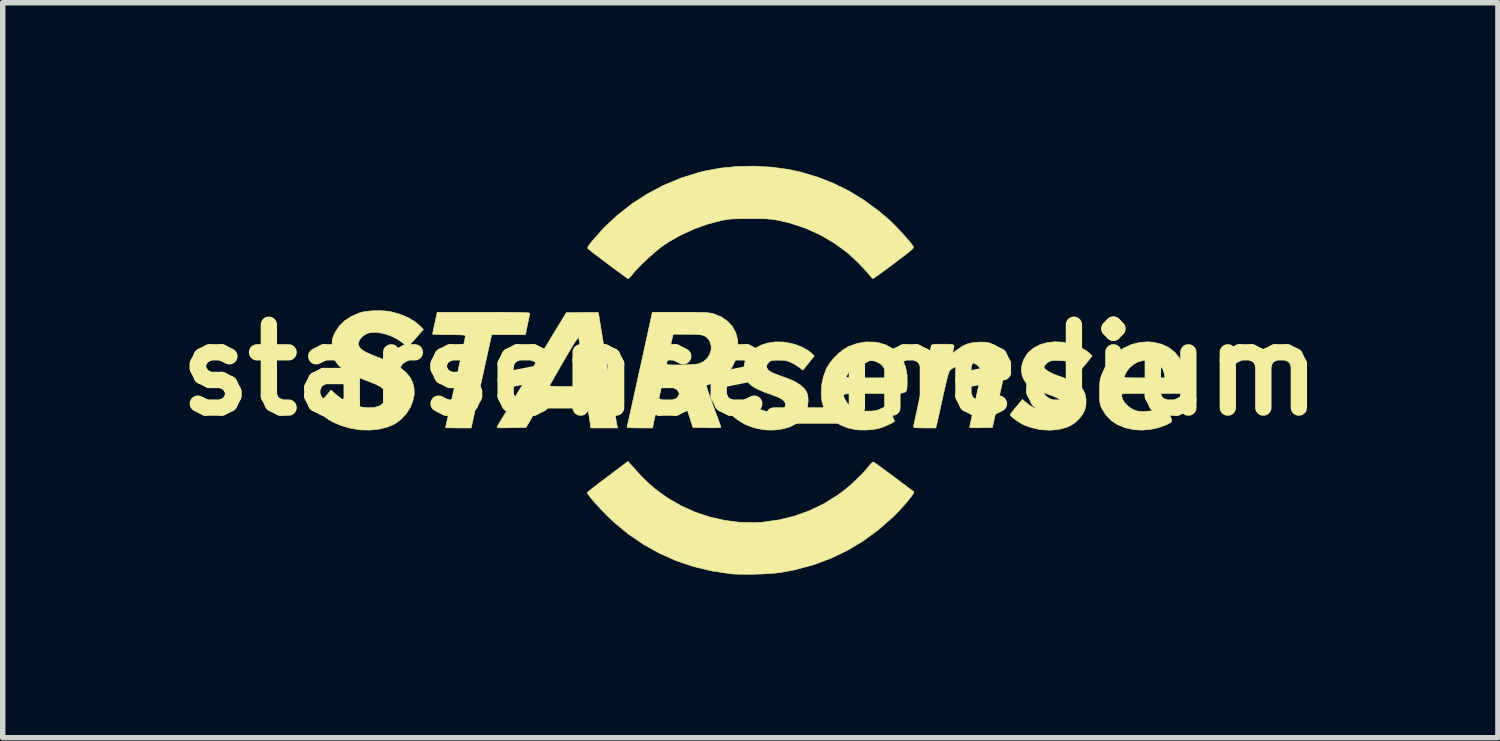
<source format=kicad_pcb>
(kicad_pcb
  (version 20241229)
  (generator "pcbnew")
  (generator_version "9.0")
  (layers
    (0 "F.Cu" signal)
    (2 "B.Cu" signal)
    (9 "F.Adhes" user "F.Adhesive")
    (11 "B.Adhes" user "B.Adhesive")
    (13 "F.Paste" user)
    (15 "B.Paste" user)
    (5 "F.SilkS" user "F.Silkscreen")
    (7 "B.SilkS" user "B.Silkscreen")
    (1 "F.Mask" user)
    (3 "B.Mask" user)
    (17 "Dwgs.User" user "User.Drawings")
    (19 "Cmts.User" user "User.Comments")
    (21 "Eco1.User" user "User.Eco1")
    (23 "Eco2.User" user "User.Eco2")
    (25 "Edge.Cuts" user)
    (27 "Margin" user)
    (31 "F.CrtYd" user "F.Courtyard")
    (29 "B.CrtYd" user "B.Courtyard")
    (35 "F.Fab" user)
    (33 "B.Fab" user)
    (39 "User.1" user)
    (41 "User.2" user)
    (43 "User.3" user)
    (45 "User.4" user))
  (footprint "starsense_medium"
    (layer "F.Cu")
    (at 10.748 3.756)
    (property "Reference" "starsense_medium" (at 0 0 0) (layer "F.SilkS") (effects (font (size 1.524 1.524) (thickness 0.3))))
    (attr through_hole)
    (fp_poly (pts (xy -4.708 -1.063) (xy -4.544 -1.063) (xy -4.408 -1.062) (xy -4.297 -1.061) (xy -4.21 -1.059) (xy -4.144 -1.057) (xy -4.097 -1.054) (xy -4.068 -1.051) (xy -4.054 -1.047) (xy -4.052 -1.044) (xy -4.058 -1.021) (xy -4.068 -0.974) (xy -4.082 -0.91) (xy -4.097 -0.837) (xy -4.135 -0.651) (xy -4.756 -0.651) (xy -4.822 -0.353) (xy -4.841 -0.264) (xy -4.866 -0.15) (xy -4.895 -0.018) (xy -4.927 0.126) (xy -4.96 0.276) (xy -4.992 0.424) (xy -5.01 0.504) (xy -5.133 1.064) (xy -5.368 1.064) (xy -5.451 1.063) (xy -5.52 1.062) (xy -5.572 1.061) (xy -5.6 1.059) (xy -5.604 1.058) (xy -5.601 1.042) (xy -5.591 0.997) (xy -5.576 0.928) (xy -5.556 0.836) (xy -5.531 0.724) (xy -5.503 0.596) (xy -5.472 0.454) (xy -5.439 0.301) (xy -5.421 0.223) (xy -5.387 0.065) (xy -5.354 -0.084) (xy -5.324 -0.221) (xy -5.298 -0.343) (xy -5.276 -0.447) (xy -5.258 -0.53) (xy -5.246 -0.59) (xy -5.24 -0.623) (xy -5.239 -0.629) (xy -5.244 -0.637) (xy -5.261 -0.642) (xy -5.295 -0.646) (xy -5.348 -0.649) (xy -5.426 -0.65) (xy -5.531 -0.651) (xy -5.54 -0.651) (xy -5.634 -0.651) (xy -5.716 -0.653) (xy -5.782 -0.656) (xy -5.825 -0.659) (xy -5.842 -0.663) (xy -5.842 -0.663) (xy -5.839 -0.682) (xy -5.831 -0.726) (xy -5.818 -0.788) (xy -5.802 -0.862) (xy -5.8 -0.869) (xy -5.758 -1.064) (xy -4.901 -1.064) (xy -4.708 -1.063)) (stroke (width 0.01) (type solid)) (fill yes) (layer "F.SilkS"))
    (fp_poly (pts (xy -2.202 1.732) (xy -2.078 1.871) (xy -1.967 1.988) (xy -1.862 2.089) (xy -1.758 2.179) (xy -1.649 2.262) (xy -1.531 2.344) (xy -1.516 2.354) (xy -1.276 2.494) (xy -1.019 2.61) (xy -0.751 2.7) (xy -0.476 2.763) (xy -0.198 2.799) (xy 0.079 2.805) (xy 0.213 2.798) (xy 0.516 2.756) (xy 0.808 2.686) (xy 1.087 2.586) (xy 1.353 2.458) (xy 1.605 2.301) (xy 1.751 2.192) (xy 1.838 2.119) (xy 1.931 2.033) (xy 2.023 1.943) (xy 2.106 1.855) (xy 2.173 1.777) (xy 2.186 1.761) (xy 2.22 1.721) (xy 2.249 1.695) (xy 2.265 1.69) (xy 2.281 1.7) (xy 2.319 1.727) (xy 2.374 1.767) (xy 2.442 1.817) (xy 2.52 1.874) (xy 2.604 1.936) (xy 2.689 1.999) (xy 2.771 2.061) (xy 2.847 2.118) (xy 2.913 2.167) (xy 2.965 2.206) (xy 2.998 2.232) (xy 3.007 2.24) (xy 3.004 2.258) (xy 2.982 2.294) (xy 2.944 2.346) (xy 2.894 2.408) (xy 2.834 2.478) (xy 2.768 2.552) (xy 2.699 2.625) (xy 2.63 2.695) (xy 2.622 2.702) (xy 2.358 2.934) (xy 2.079 3.139) (xy 1.786 3.315) (xy 1.478 3.463) (xy 1.157 3.582) (xy 0.822 3.672) (xy 0.556 3.722) (xy 0.464 3.733) (xy 0.349 3.742) (xy 0.218 3.749) (xy 0.081 3.754) (xy -0.055 3.755) (xy -0.182 3.755) (xy -0.291 3.751) (xy -0.357 3.746) (xy -0.704 3.694) (xy -1.04 3.614) (xy -1.364 3.505) (xy -1.674 3.367) (xy -1.97 3.202) (xy -2.249 3.01) (xy -2.512 2.792) (xy -2.594 2.715) (xy -2.659 2.65) (xy -2.727 2.58) (xy -2.795 2.507) (xy -2.859 2.436) (xy -2.915 2.372) (xy -2.959 2.317) (xy -2.989 2.277) (xy -3 2.256) (xy -3 2.256) (xy -2.988 2.243) (xy -2.954 2.214) (xy -2.9 2.171) (xy -2.83 2.117) (xy -2.747 2.053) (xy -2.655 1.983) (xy -2.624 1.96) (xy -2.249 1.678) (xy -2.202 1.732)) (stroke (width 0.01) (type solid)) (fill yes) (layer "F.SilkS"))
    (fp_poly (pts (xy -2.851 -1.061) (xy -2.809 -1.06) (xy -2.794 -1.058) (xy -2.794 -1.058) (xy -2.791 -1.041) (xy -2.784 -0.996) (xy -2.773 -0.926) (xy -2.758 -0.834) (xy -2.74 -0.724) (xy -2.719 -0.598) (xy -2.697 -0.459) (xy -2.672 -0.312) (xy -2.647 -0.158) (xy -2.621 -0.002) (xy -2.596 0.154) (xy -2.57 0.306) (xy -2.546 0.452) (xy -2.524 0.588) (xy -2.503 0.711) (xy -2.485 0.818) (xy -2.471 0.905) (xy -2.46 0.97) (xy -2.453 1.01) (xy -2.451 1.02) (xy -2.442 1.064) (xy -2.933 1.064) (xy -2.96 0.881) (xy -2.988 0.699) (xy -3.917 0.699) (xy -4.02 0.877) (xy -4.124 1.056) (xy -4.396 1.06) (xy -4.495 1.061) (xy -4.566 1.062) (xy -4.614 1.061) (xy -4.642 1.057) (xy -4.655 1.052) (xy -4.657 1.044) (xy -4.653 1.036) (xy -4.643 1.018) (xy -4.617 0.976) (xy -4.578 0.91) (xy -4.525 0.824) (xy -4.462 0.719) (xy -4.389 0.598) (xy -4.307 0.463) (xy -4.217 0.315) (xy -4.202 0.29) (xy -3.694 0.29) (xy -3.681 0.293) (xy -3.641 0.296) (xy -3.578 0.299) (xy -3.496 0.301) (xy -3.401 0.302) (xy -3.366 0.302) (xy -3.255 0.301) (xy -3.171 0.301) (xy -3.112 0.299) (xy -3.072 0.296) (xy -3.048 0.292) (xy -3.036 0.285) (xy -3.032 0.277) (xy -3.032 0.274) (xy -3.034 0.246) (xy -3.04 0.194) (xy -3.05 0.121) (xy -3.062 0.032) (xy -3.075 -0.066) (xy -3.09 -0.168) (xy -3.105 -0.271) (xy -3.119 -0.367) (xy -3.133 -0.453) (xy -3.144 -0.523) (xy -3.152 -0.572) (xy -3.157 -0.594) (xy -3.164 -0.595) (xy -3.178 -0.58) (xy -3.201 -0.549) (xy -3.234 -0.5) (xy -3.276 -0.431) (xy -3.33 -0.342) (xy -3.396 -0.231) (xy -3.474 -0.096) (xy -3.565 0.064) (xy -3.671 0.25) (xy -3.694 0.29) (xy -4.202 0.29) (xy -4.122 0.158) (xy -4.022 -0.006) (xy -4.011 -0.024) (xy -3.384 -1.056) (xy -3.089 -1.06) (xy -2.996 -1.061) (xy -2.915 -1.061) (xy -2.851 -1.061)) (stroke (width 0.01) (type solid)) (fill yes) (layer "F.SilkS"))
    (fp_poly (pts (xy 7.419 -0.511) (xy 7.566 -0.476) (xy 7.695 -0.415) (xy 7.803 -0.331) (xy 7.89 -0.226) (xy 7.953 -0.099) (xy 7.987 0.025) (xy 7.994 0.093) (xy 7.996 0.176) (xy 7.993 0.264) (xy 7.985 0.343) (xy 7.976 0.393) (xy 7.966 0.429) (xy 7.396 0.429) (xy 7.247 0.429) (xy 7.126 0.429) (xy 7.031 0.43) (xy 6.958 0.431) (xy 6.905 0.433) (xy 6.869 0.435) (xy 6.846 0.439) (xy 6.833 0.444) (xy 6.828 0.451) (xy 6.826 0.459) (xy 6.826 0.461) (xy 6.841 0.527) (xy 6.88 0.594) (xy 6.939 0.658) (xy 7.012 0.711) (xy 7.07 0.738) (xy 7.118 0.753) (xy 7.17 0.76) (xy 7.238 0.761) (xy 7.285 0.758) (xy 7.38 0.748) (xy 7.465 0.727) (xy 7.551 0.692) (xy 7.621 0.655) (xy 7.632 0.666) (xy 7.651 0.701) (xy 7.678 0.752) (xy 7.698 0.795) (xy 7.73 0.863) (xy 7.747 0.909) (xy 7.749 0.939) (xy 7.733 0.961) (xy 7.698 0.982) (xy 7.644 1.008) (xy 7.508 1.059) (xy 7.356 1.091) (xy 7.199 1.104) (xy 7.051 1.095) (xy 6.89 1.06) (xy 6.749 1.002) (xy 6.63 0.921) (xy 6.534 0.819) (xy 6.464 0.702) (xy 6.446 0.662) (xy 6.434 0.626) (xy 6.427 0.586) (xy 6.423 0.534) (xy 6.422 0.463) (xy 6.421 0.405) (xy 6.422 0.312) (xy 6.426 0.243) (xy 6.432 0.188) (xy 6.443 0.139) (xy 6.445 0.134) (xy 6.874 0.134) (xy 6.889 0.137) (xy 6.932 0.139) (xy 6.997 0.141) (xy 7.081 0.142) (xy 7.18 0.143) (xy 7.249 0.143) (xy 7.624 0.143) (xy 7.616 0.078) (xy 7.59 -0.008) (xy 7.541 -0.078) (xy 7.475 -0.13) (xy 7.395 -0.164) (xy 7.307 -0.179) (xy 7.214 -0.174) (xy 7.123 -0.148) (xy 7.038 -0.1) (xy 6.97 -0.038) (xy 6.935 0.007) (xy 6.904 0.058) (xy 6.882 0.104) (xy 6.874 0.134) (xy 6.445 0.134) (xy 6.459 0.09) (xy 6.527 -0.062) (xy 6.618 -0.196) (xy 6.729 -0.309) (xy 6.857 -0.4) (xy 6.998 -0.467) (xy 7.15 -0.508) (xy 7.309 -0.52) (xy 7.419 -0.511)) (stroke (width 0.01) (type solid)) (fill yes) (layer "F.SilkS"))
    (fp_poly (pts (xy 0.596 -0.517) (xy 0.746 -0.493) (xy 0.841 -0.466) (xy 0.953 -0.422) (xy 1.051 -0.368) (xy 1.127 -0.31) (xy 1.141 -0.296) (xy 1.176 -0.259) (xy 1.071 -0.129) (xy 0.966 0.001) (xy 0.905 -0.047) (xy 0.856 -0.081) (xy 0.794 -0.118) (xy 0.751 -0.139) (xy 0.698 -0.162) (xy 0.649 -0.175) (xy 0.592 -0.181) (xy 0.521 -0.182) (xy 0.452 -0.182) (xy 0.407 -0.178) (xy 0.377 -0.169) (xy 0.354 -0.154) (xy 0.344 -0.145) (xy 0.305 -0.099) (xy 0.296 -0.058) (xy 0.317 -0.017) (xy 0.334 0.000195) (xy 0.352 0.016) (xy 0.374 0.031) (xy 0.403 0.047) (xy 0.443 0.064) (xy 0.5 0.087) (xy 0.577 0.115) (xy 0.679 0.152) (xy 0.699 0.159) (xy 0.818 0.21) (xy 0.918 0.272) (xy 0.993 0.341) (xy 1.027 0.389) (xy 1.048 0.434) (xy 1.059 0.483) (xy 1.063 0.549) (xy 1.063 0.572) (xy 1.049 0.698) (xy 1.007 0.809) (xy 0.94 0.904) (xy 0.848 0.982) (xy 0.732 1.042) (xy 0.595 1.082) (xy 0.46 1.1) (xy 0.384 1.103) (xy 0.304 1.101) (xy 0.244 1.095) (xy 0.121 1.073) (xy 0.012 1.042) (xy -0.077 1.006) (xy -0.126 0.981) (xy -0.182 0.948) (xy -0.237 0.911) (xy -0.285 0.875) (xy -0.319 0.845) (xy -0.333 0.826) (xy -0.333 0.825) (xy -0.324 0.809) (xy -0.298 0.774) (xy -0.26 0.725) (xy -0.22 0.677) (xy -0.107 0.54) (xy -0.042 0.597) (xy 0.058 0.667) (xy 0.174 0.723) (xy 0.296 0.761) (xy 0.412 0.777) (xy 0.425 0.777) (xy 0.502 0.769) (xy 0.567 0.744) (xy 0.616 0.708) (xy 0.643 0.663) (xy 0.644 0.614) (xy 0.642 0.608) (xy 0.625 0.575) (xy 0.596 0.546) (xy 0.551 0.518) (xy 0.486 0.488) (xy 0.395 0.454) (xy 0.369 0.444) (xy 0.25 0.401) (xy 0.156 0.361) (xy 0.083 0.324) (xy 0.025 0.287) (xy -0.022 0.246) (xy -0.03 0.238) (xy -0.088 0.156) (xy -0.119 0.061) (xy -0.122 -0.043) (xy -0.098 -0.153) (xy -0.071 -0.216) (xy -0.006 -0.314) (xy 0.082 -0.394) (xy 0.19 -0.456) (xy 0.314 -0.497) (xy 0.451 -0.518) (xy 0.596 -0.517)) (stroke (width 0.01) (type solid)) (fill yes) (layer "F.SilkS"))
    (fp_poly (pts (xy -1.138 -1.063) (xy -1.021 -1.063) (xy -0.928 -1.062) (xy -0.855 -1.06) (xy -0.799 -1.057) (xy -0.755 -1.052) (xy -0.719 -1.047) (xy -0.689 -1.04) (xy -0.669 -1.034) (xy -0.532 -0.977) (xy -0.419 -0.899) (xy -0.331 -0.803) (xy -0.269 -0.69) (xy -0.233 -0.562) (xy -0.226 -0.421) (xy -0.237 -0.324) (xy -0.277 -0.173) (xy -0.341 -0.043) (xy -0.429 0.068) (xy -0.543 0.161) (xy -0.682 0.234) (xy -0.804 0.278) (xy -0.805 0.294) (xy -0.794 0.339) (xy -0.771 0.409) (xy -0.738 0.504) (xy -0.695 0.623) (xy -0.681 0.661) (xy -0.643 0.765) (xy -0.608 0.858) (xy -0.579 0.938) (xy -0.557 0.999) (xy -0.544 1.039) (xy -0.54 1.052) (xy -0.555 1.056) (xy -0.596 1.059) (xy -0.659 1.06) (xy -0.737 1.061) (xy -0.797 1.06) (xy -1.055 1.056) (xy -1.175 0.683) (xy -1.296 0.31) (xy -1.464 0.305) (xy -1.632 0.301) (xy -1.656 0.408) (xy -1.668 0.461) (xy -1.685 0.536) (xy -1.704 0.627) (xy -1.726 0.725) (xy -1.74 0.79) (xy -1.799 1.064) (xy -2.036 1.064) (xy -2.132 1.063) (xy -2.199 1.061) (xy -2.241 1.057) (xy -2.263 1.052) (xy -2.266 1.044) (xy -2.262 1.025) (xy -2.251 0.978) (xy -2.235 0.906) (xy -2.213 0.81) (xy -2.188 0.693) (xy -2.158 0.558) (xy -2.125 0.408) (xy -2.089 0.245) (xy -2.051 0.072) (xy -2.031 -0.02) (xy -2.011 -0.107) (xy -1.539 -0.107) (xy -1.525 -0.101) (xy -1.484 -0.097) (xy -1.424 -0.095) (xy -1.35 -0.094) (xy -1.267 -0.095) (xy -1.183 -0.097) (xy -1.102 -0.101) (xy -1.03 -0.106) (xy -0.973 -0.113) (xy -0.941 -0.119) (xy -0.86 -0.157) (xy -0.794 -0.215) (xy -0.748 -0.287) (xy -0.722 -0.366) (xy -0.72 -0.448) (xy -0.744 -0.526) (xy -0.762 -0.555) (xy -0.79 -0.591) (xy -0.82 -0.617) (xy -0.857 -0.636) (xy -0.906 -0.648) (xy -0.972 -0.655) (xy -1.061 -0.658) (xy -1.158 -0.659) (xy -1.42 -0.659) (xy -1.479 -0.389) (xy -1.499 -0.3) (xy -1.515 -0.223) (xy -1.529 -0.161) (xy -1.537 -0.121) (xy -1.539 -0.107) (xy -2.011 -0.107) (xy -1.802 -1.063) (xy -1.283 -1.063) (xy -1.138 -1.063)) (stroke (width 0.01) (type solid)) (fill yes) (layer "F.SilkS"))
    (fp_poly (pts (xy 5.746 -0.514) (xy 5.896 -0.483) (xy 6.046 -0.428) (xy 6.098 -0.402) (xy 6.156 -0.369) (xy 6.209 -0.334) (xy 6.244 -0.304) (xy 6.244 -0.304) (xy 6.285 -0.261) (xy 6.198 -0.15) (xy 6.146 -0.085) (xy 6.11 -0.042) (xy 6.085 -0.017) (xy 6.067 -0.008) (xy 6.051 -0.013) (xy 6.033 -0.029) (xy 6.022 -0.039) (xy 5.984 -0.069) (xy 5.929 -0.103) (xy 5.874 -0.133) (xy 5.818 -0.158) (xy 5.772 -0.173) (xy 5.721 -0.18) (xy 5.655 -0.182) (xy 5.63 -0.183) (xy 5.563 -0.182) (xy 5.519 -0.179) (xy 5.49 -0.171) (xy 5.469 -0.157) (xy 5.446 -0.133) (xy 5.444 -0.131) (xy 5.415 -0.095) (xy 5.399 -0.068) (xy 5.397 -0.062) (xy 5.412 -0.031) (xy 5.451 0.005) (xy 5.511 0.042) (xy 5.584 0.077) (xy 5.612 0.087) (xy 5.683 0.113) (xy 5.755 0.138) (xy 5.812 0.159) (xy 5.819 0.161) (xy 5.921 0.206) (xy 6.013 0.262) (xy 6.086 0.323) (xy 6.119 0.362) (xy 6.156 0.44) (xy 6.174 0.536) (xy 6.172 0.639) (xy 6.151 0.733) (xy 6.111 0.813) (xy 6.049 0.893) (xy 5.971 0.966) (xy 5.887 1.022) (xy 5.837 1.045) (xy 5.678 1.09) (xy 5.514 1.106) (xy 5.35 1.096) (xy 5.249 1.077) (xy 5.143 1.049) (xy 5.048 1.015) (xy 5.009 0.997) (xy 4.96 0.969) (xy 4.907 0.934) (xy 4.855 0.897) (xy 4.812 0.862) (xy 4.785 0.835) (xy 4.778 0.824) (xy 4.788 0.806) (xy 4.814 0.769) (xy 4.853 0.72) (xy 4.892 0.673) (xy 5.005 0.538) (xy 5.047 0.577) (xy 5.134 0.646) (xy 5.235 0.702) (xy 5.342 0.744) (xy 5.449 0.769) (xy 5.549 0.777) (xy 5.635 0.764) (xy 5.656 0.757) (xy 5.71 0.726) (xy 5.742 0.685) (xy 5.755 0.647) (xy 5.754 0.606) (xy 5.729 0.568) (xy 5.678 0.53) (xy 5.598 0.491) (xy 5.497 0.452) (xy 5.349 0.396) (xy 5.232 0.344) (xy 5.143 0.295) (xy 5.099 0.263) (xy 5.037 0.19) (xy 4.999 0.103) (xy 4.984 0.006) (xy 4.994 -0.095) (xy 5.028 -0.196) (xy 5.085 -0.29) (xy 5.111 -0.322) (xy 5.209 -0.406) (xy 5.325 -0.467) (xy 5.456 -0.506) (xy 5.597 -0.521) (xy 5.746 -0.514)) (stroke (width 0.01) (type solid)) (fill yes) (layer "F.SilkS"))
    (fp_poly (pts (xy 0.399 -3.732) (xy 0.707 -3.689) (xy 0.921 -3.643) (xy 1.234 -3.55) (xy 1.531 -3.434) (xy 1.816 -3.293) (xy 2.09 -3.125) (xy 2.358 -2.928) (xy 2.562 -2.755) (xy 2.61 -2.709) (xy 2.669 -2.65) (xy 2.735 -2.581) (xy 2.802 -2.508) (xy 2.866 -2.436) (xy 2.923 -2.371) (xy 2.967 -2.316) (xy 2.996 -2.277) (xy 3.001 -2.268) (xy 3.002 -2.257) (xy 2.991 -2.241) (xy 2.969 -2.217) (xy 2.931 -2.184) (xy 2.875 -2.139) (xy 2.8 -2.081) (xy 2.702 -2.007) (xy 2.643 -1.962) (xy 2.548 -1.891) (xy 2.461 -1.827) (xy 2.385 -1.772) (xy 2.324 -1.728) (xy 2.281 -1.698) (xy 2.258 -1.683) (xy 2.256 -1.683) (xy 2.239 -1.694) (xy 2.212 -1.724) (xy 2.197 -1.742) (xy 2.148 -1.802) (xy 2.081 -1.875) (xy 2.004 -1.955) (xy 1.924 -2.034) (xy 1.848 -2.105) (xy 1.786 -2.159) (xy 1.545 -2.336) (xy 1.286 -2.487) (xy 1.014 -2.61) (xy 0.73 -2.704) (xy 0.539 -2.749) (xy 0.474 -2.762) (xy 0.415 -2.771) (xy 0.355 -2.777) (xy 0.288 -2.782) (xy 0.207 -2.784) (xy 0.107 -2.785) (xy -0.008 -2.785) (xy -0.132 -2.785) (xy -0.23 -2.783) (xy -0.309 -2.781) (xy -0.374 -2.776) (xy -0.431 -2.769) (xy -0.487 -2.76) (xy -0.54 -2.749) (xy -0.79 -2.683) (xy -1.037 -2.594) (xy -1.275 -2.486) (xy -1.494 -2.362) (xy -1.603 -2.29) (xy -1.679 -2.232) (xy -1.766 -2.159) (xy -1.859 -2.077) (xy -1.951 -1.991) (xy -2.037 -1.907) (xy -2.11 -1.83) (xy -2.165 -1.767) (xy -2.17 -1.76) (xy -2.204 -1.719) (xy -2.232 -1.692) (xy -2.246 -1.683) (xy -2.262 -1.692) (xy -2.301 -1.718) (xy -2.358 -1.759) (xy -2.429 -1.811) (xy -2.513 -1.872) (xy -2.604 -1.941) (xy -2.611 -1.946) (xy -2.704 -2.016) (xy -2.789 -2.08) (xy -2.863 -2.136) (xy -2.922 -2.182) (xy -2.963 -2.214) (xy -2.983 -2.23) (xy -2.983 -2.23) (xy -2.991 -2.244) (xy -2.988 -2.263) (xy -2.97 -2.293) (xy -2.935 -2.339) (xy -2.912 -2.367) (xy -2.689 -2.62) (xy -2.442 -2.85) (xy -2.176 -3.058) (xy -1.892 -3.242) (xy -1.592 -3.399) (xy -1.28 -3.53) (xy -0.956 -3.632) (xy -0.843 -3.66) (xy -0.545 -3.715) (xy -0.234 -3.745) (xy 0.083 -3.751) (xy 0.399 -3.732)) (stroke (width 0.01) (type solid)) (fill yes) (layer "F.SilkS"))
    (fp_poly (pts (xy 4.299 -0.514) (xy 4.351 -0.51) (xy 4.394 -0.501) (xy 4.437 -0.484) (xy 4.486 -0.46) (xy 4.551 -0.423) (xy 4.596 -0.388) (xy 4.631 -0.344) (xy 4.642 -0.328) (xy 4.663 -0.292) (xy 4.679 -0.257) (xy 4.689 -0.219) (xy 4.695 -0.175) (xy 4.694 -0.122) (xy 4.688 -0.056) (xy 4.676 0.025) (xy 4.657 0.125) (xy 4.632 0.248) (xy 4.599 0.397) (xy 4.576 0.5) (xy 4.452 1.056) (xy 4.242 1.06) (xy 4.165 1.061) (xy 4.1 1.06) (xy 4.054 1.057) (xy 4.033 1.054) (xy 4.032 1.052) (xy 4.036 1.035) (xy 4.045 0.989) (xy 4.06 0.921) (xy 4.079 0.833) (xy 4.102 0.728) (xy 4.127 0.612) (xy 4.144 0.535) (xy 4.256 0.03) (xy 4.228 -0.029) (xy 4.182 -0.088) (xy 4.118 -0.125) (xy 4.037 -0.141) (xy 3.946 -0.134) (xy 3.849 -0.104) (xy 3.797 -0.08) (xy 3.743 -0.048) (xy 3.697 -0.017) (xy 3.67 0.005) (xy 3.658 0.026) (xy 3.643 0.067) (xy 3.625 0.129) (xy 3.604 0.214) (xy 3.578 0.326) (xy 3.546 0.467) (xy 3.541 0.492) (xy 3.515 0.611) (xy 3.49 0.722) (xy 3.469 0.821) (xy 3.45 0.903) (xy 3.436 0.965) (xy 3.428 1.001) (xy 3.427 1.004) (xy 3.412 1.064) (xy 3.206 1.064) (xy 3.117 1.063) (xy 3.057 1.06) (xy 3.02 1.056) (xy 3.003 1.048) (xy 3 1.043) (xy 3.004 1.025) (xy 3.013 0.98) (xy 3.028 0.911) (xy 3.047 0.823) (xy 3.07 0.718) (xy 3.095 0.6) (xy 3.123 0.474) (xy 3.151 0.343) (xy 3.181 0.21) (xy 3.209 0.079) (xy 3.237 -0.045) (xy 3.263 -0.16) (xy 3.285 -0.262) (xy 3.304 -0.346) (xy 3.319 -0.41) (xy 3.326 -0.441) (xy 3.331 -0.455) (xy 3.34 -0.465) (xy 3.36 -0.471) (xy 3.395 -0.475) (xy 3.451 -0.476) (xy 3.534 -0.476) (xy 3.54 -0.476) (xy 3.628 -0.476) (xy 3.689 -0.474) (xy 3.726 -0.467) (xy 3.744 -0.454) (xy 3.747 -0.432) (xy 3.74 -0.398) (xy 3.732 -0.369) (xy 3.724 -0.335) (xy 3.723 -0.318) (xy 3.723 -0.318) (xy 3.738 -0.326) (xy 3.771 -0.35) (xy 3.814 -0.381) (xy 3.908 -0.444) (xy 4 -0.485) (xy 4.1 -0.507) (xy 4.22 -0.515) (xy 4.225 -0.515) (xy 4.299 -0.514)) (stroke (width 0.01) (type solid)) (fill yes) (layer "F.SilkS"))
    (fp_poly (pts (xy 2.285 -0.515) (xy 2.368 -0.501) (xy 2.507 -0.457) (xy 2.627 -0.389) (xy 2.726 -0.298) (xy 2.802 -0.188) (xy 2.855 -0.059) (xy 2.883 0.087) (xy 2.885 0.243) (xy 2.883 0.291) (xy 2.881 0.33) (xy 2.877 0.361) (xy 2.868 0.385) (xy 2.85 0.403) (xy 2.82 0.415) (xy 2.776 0.423) (xy 2.715 0.427) (xy 2.633 0.429) (xy 2.527 0.429) (xy 2.395 0.429) (xy 2.284 0.429) (xy 2.131 0.429) (xy 2.007 0.429) (xy 1.909 0.429) (xy 1.835 0.432) (xy 1.781 0.435) (xy 1.745 0.442) (xy 1.724 0.451) (xy 1.716 0.464) (xy 1.716 0.48) (xy 1.724 0.502) (xy 1.736 0.528) (xy 1.739 0.536) (xy 1.792 0.622) (xy 1.87 0.694) (xy 1.913 0.72) (xy 1.948 0.736) (xy 1.986 0.746) (xy 2.035 0.752) (xy 2.104 0.754) (xy 2.143 0.754) (xy 2.221 0.753) (xy 2.277 0.75) (xy 2.321 0.742) (xy 2.364 0.727) (xy 2.414 0.705) (xy 2.417 0.703) (xy 2.524 0.653) (xy 2.587 0.789) (xy 2.615 0.85) (xy 2.637 0.9) (xy 2.649 0.932) (xy 2.651 0.94) (xy 2.637 0.954) (xy 2.601 0.975) (xy 2.549 1) (xy 2.489 1.027) (xy 2.428 1.051) (xy 2.373 1.07) (xy 2.349 1.076) (xy 2.254 1.092) (xy 2.143 1.101) (xy 2.031 1.102) (xy 1.939 1.095) (xy 1.789 1.062) (xy 1.653 1.007) (xy 1.536 0.933) (xy 1.441 0.841) (xy 1.37 0.735) (xy 1.349 0.687) (xy 1.314 0.558) (xy 1.303 0.415) (xy 1.313 0.265) (xy 1.342 0.13) (xy 1.762 0.13) (xy 1.777 0.134) (xy 1.82 0.137) (xy 1.885 0.14) (xy 1.969 0.142) (xy 2.068 0.143) (xy 2.135 0.143) (xy 2.508 0.143) (xy 2.508 0.091) (xy 2.495 0.028) (xy 2.461 -0.039) (xy 2.414 -0.097) (xy 2.384 -0.121) (xy 2.293 -0.165) (xy 2.194 -0.181) (xy 2.093 -0.171) (xy 1.996 -0.137) (xy 1.908 -0.079) (xy 1.834 0.000116) (xy 1.814 0.031) (xy 1.787 0.078) (xy 1.768 0.114) (xy 1.762 0.13) (xy 1.342 0.13) (xy 1.345 0.117) (xy 1.397 -0.023) (xy 1.401 -0.031) (xy 1.455 -0.121) (xy 1.53 -0.214) (xy 1.617 -0.301) (xy 1.708 -0.375) (xy 1.796 -0.428) (xy 1.797 -0.429) (xy 1.96 -0.489) (xy 2.122 -0.518) (xy 2.285 -0.515)) (stroke (width 0.01) (type solid)) (fill yes) (layer "F.SilkS"))
    (fp_poly (pts (xy -6.774 -1.092) (xy -6.665 -1.083) (xy -6.61 -1.074) (xy -6.445 -1.029) (xy -6.294 -0.966) (xy -6.163 -0.887) (xy -6.066 -0.803) (xy -6.011 -0.747) (xy -6.128 -0.616) (xy -6.178 -0.559) (xy -6.223 -0.509) (xy -6.257 -0.471) (xy -6.271 -0.455) (xy -6.286 -0.441) (xy -6.301 -0.439) (xy -6.324 -0.449) (xy -6.36 -0.475) (xy -6.398 -0.506) (xy -6.496 -0.572) (xy -6.607 -0.627) (xy -6.724 -0.667) (xy -6.838 -0.69) (xy -6.943 -0.695) (xy -7.016 -0.683) (xy -7.084 -0.654) (xy -7.143 -0.609) (xy -7.186 -0.556) (xy -7.206 -0.501) (xy -7.207 -0.489) (xy -7.2 -0.445) (xy -7.176 -0.405) (xy -7.132 -0.367) (xy -7.066 -0.328) (xy -6.975 -0.286) (xy -6.856 -0.24) (xy -6.85 -0.238) (xy -6.676 -0.17) (xy -6.531 -0.1) (xy -6.415 -0.027) (xy -6.324 0.051) (xy -6.256 0.134) (xy -6.21 0.226) (xy -6.184 0.328) (xy -6.183 0.334) (xy -6.181 0.452) (xy -6.207 0.573) (xy -6.256 0.691) (xy -6.327 0.802) (xy -6.417 0.9) (xy -6.521 0.979) (xy -6.553 0.997) (xy -6.683 1.051) (xy -6.833 1.087) (xy -6.996 1.103) (xy -7.164 1.1) (xy -7.2 1.096) (xy -7.366 1.066) (xy -7.531 1.018) (xy -7.68 0.953) (xy -7.684 0.951) (xy -7.748 0.914) (xy -7.814 0.87) (xy -7.876 0.823) (xy -7.928 0.778) (xy -7.965 0.739) (xy -7.982 0.711) (xy -7.982 0.705) (xy -7.97 0.686) (xy -7.942 0.647) (xy -7.902 0.595) (xy -7.852 0.535) (xy -7.844 0.525) (xy -7.711 0.366) (xy -7.614 0.454) (xy -7.511 0.534) (xy -7.394 0.599) (xy -7.271 0.648) (xy -7.146 0.68) (xy -7.025 0.693) (xy -6.914 0.687) (xy -6.819 0.658) (xy -6.813 0.655) (xy -6.75 0.609) (xy -6.705 0.546) (xy -6.684 0.475) (xy -6.683 0.459) (xy -6.696 0.405) (xy -6.737 0.353) (xy -6.805 0.304) (xy -6.903 0.254) (xy -6.968 0.228) (xy -7.122 0.168) (xy -7.249 0.115) (xy -7.353 0.066) (xy -7.437 0.02) (xy -7.504 -0.026) (xy -7.558 -0.074) (xy -7.603 -0.126) (xy -7.641 -0.185) (xy -7.656 -0.212) (xy -7.674 -0.251) (xy -7.684 -0.292) (xy -7.69 -0.346) (xy -7.691 -0.421) (xy -7.691 -0.429) (xy -7.69 -0.503) (xy -7.686 -0.557) (xy -7.676 -0.601) (xy -7.658 -0.646) (xy -7.639 -0.686) (xy -7.564 -0.804) (xy -7.464 -0.904) (xy -7.338 -0.987) (xy -7.192 -1.051) (xy -7.11 -1.072) (xy -7.006 -1.086) (xy -6.891 -1.093) (xy -6.774 -1.092)) (stroke (width 0.01) (type solid)) (fill yes) (layer "F.SilkS")))
  (gr_rect
    (start -3 -3)
    (end 24.496 10.516)
    (stroke (width 0.1) (type default))
    (fill no)
    (layer "Edge.Cuts")))
</source>
